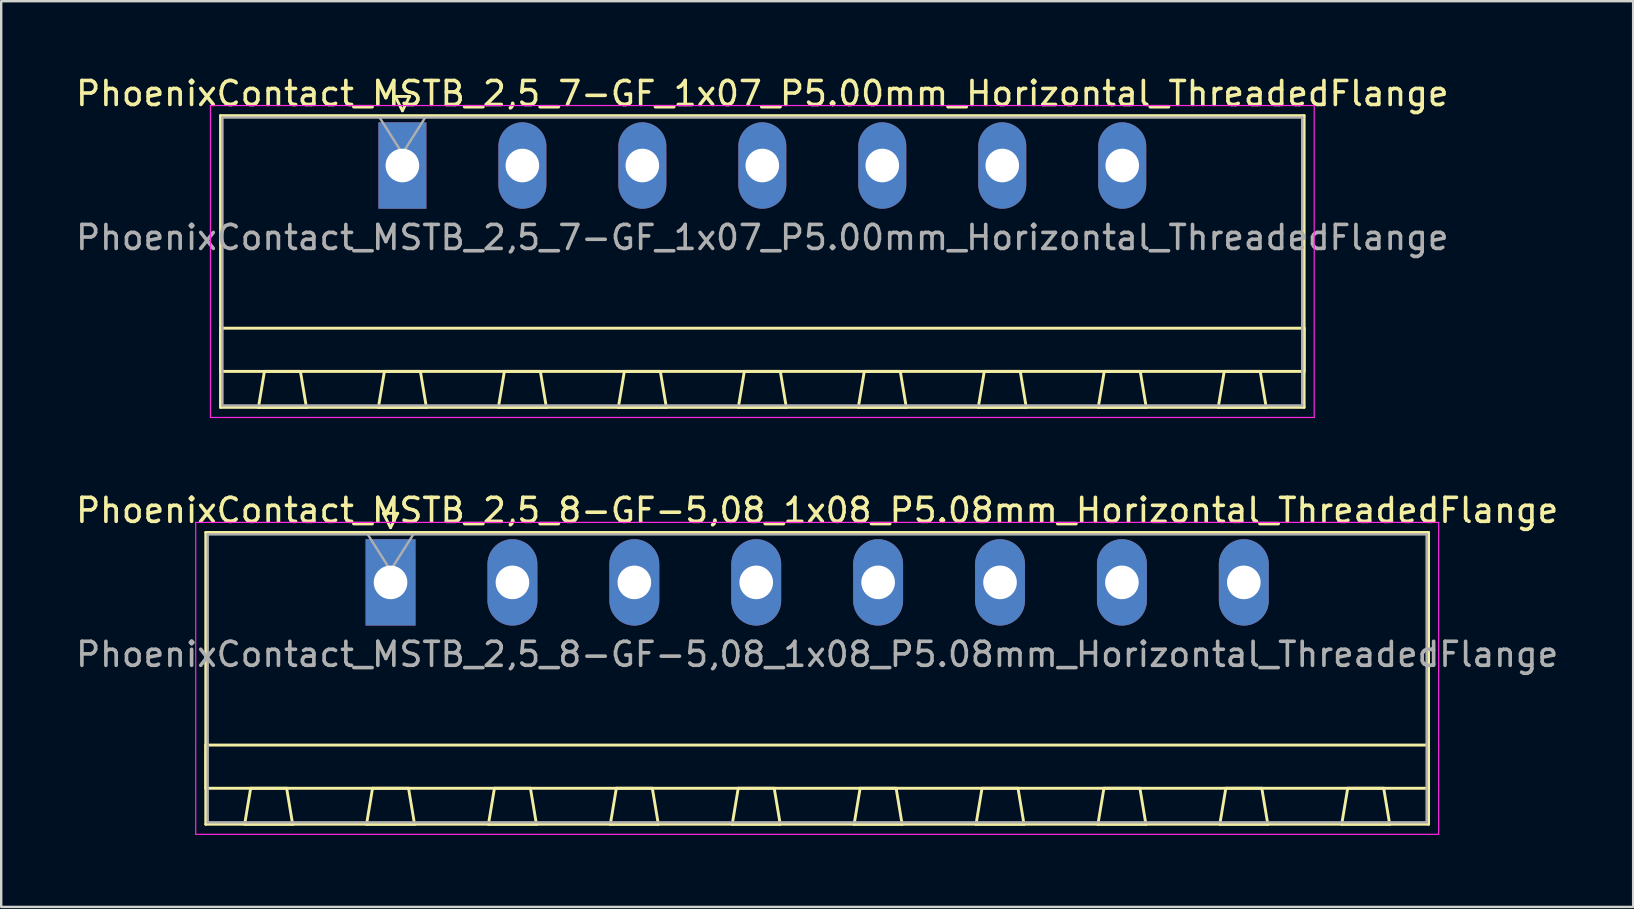
<source format=kicad_pcb>
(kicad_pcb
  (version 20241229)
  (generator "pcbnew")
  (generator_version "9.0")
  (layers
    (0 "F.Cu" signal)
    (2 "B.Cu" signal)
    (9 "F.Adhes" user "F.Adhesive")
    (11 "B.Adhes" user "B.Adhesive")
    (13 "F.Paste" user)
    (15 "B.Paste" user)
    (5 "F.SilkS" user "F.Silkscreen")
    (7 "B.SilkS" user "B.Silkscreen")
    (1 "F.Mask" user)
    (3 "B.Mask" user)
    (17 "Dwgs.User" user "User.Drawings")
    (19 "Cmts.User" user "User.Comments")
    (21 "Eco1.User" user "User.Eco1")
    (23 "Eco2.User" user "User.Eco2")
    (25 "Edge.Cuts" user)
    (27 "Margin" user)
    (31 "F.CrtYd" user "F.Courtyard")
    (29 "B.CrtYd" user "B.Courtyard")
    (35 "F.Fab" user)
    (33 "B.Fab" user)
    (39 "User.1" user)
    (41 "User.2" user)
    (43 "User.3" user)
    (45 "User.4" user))
  (footprint "PhoenixContact_MSTB_2,5_7-GF_1x07_P5.00mm_Horizontal_ThreadedFlange"
    (layer "F.Cu")
    (at 13.72 3.848)
    (property "Reference" "PhoenixContact_MSTB_2,5_7-GF_1x07_P5.00mm_Horizontal_ThreadedFlange" (at 15 -3 0) (layer "F.SilkS") (effects (font (size 1 1) (thickness 0.15))))
    (attr through_hole)
    (fp_line (start -7.58 -2.08) (end -7.58 10.08) (stroke (width 0.12) (type solid)) (layer "F.SilkS"))
    (fp_line (start -7.58 6.78) (end 37.58 6.78) (stroke (width 0.12) (type solid)) (layer "F.SilkS"))
    (fp_line (start -7.58 8.58) (end -7.58 6.78) (stroke (width 0.12) (type solid)) (layer "F.SilkS"))
    (fp_line (start -7.58 10.08) (end 37.58 10.08) (stroke (width 0.12) (type solid)) (layer "F.SilkS"))
    (fp_line (start -6 10.08) (end -4 10.08) (stroke (width 0.12) (type solid)) (layer "F.SilkS"))
    (fp_line (start -5.75 8.58) (end -6 10.08) (stroke (width 0.12) (type solid)) (layer "F.SilkS"))
    (fp_line (start -4.25 8.58) (end -5.75 8.58) (stroke (width 0.12) (type solid)) (layer "F.SilkS"))
    (fp_line (start -4 10.08) (end -4.25 8.58) (stroke (width 0.12) (type solid)) (layer "F.SilkS"))
    (fp_line (start -1 10.08) (end 1 10.08) (stroke (width 0.12) (type solid)) (layer "F.SilkS"))
    (fp_line (start -0.75 8.58) (end -1 10.08) (stroke (width 0.12) (type solid)) (layer "F.SilkS"))
    (fp_line (start -0.3 -2.88) (end 0.3 -2.88) (stroke (width 0.12) (type solid)) (layer "F.SilkS"))
    (fp_line (start 0 -2.28) (end -0.3 -2.88) (stroke (width 0.12) (type solid)) (layer "F.SilkS"))
    (fp_line (start 0.3 -2.88) (end 0 -2.28) (stroke (width 0.12) (type solid)) (layer "F.SilkS"))
    (fp_line (start 0.75 8.58) (end -0.75 8.58) (stroke (width 0.12) (type solid)) (layer "F.SilkS"))
    (fp_line (start 1 10.08) (end 0.75 8.58) (stroke (width 0.12) (type solid)) (layer "F.SilkS"))
    (fp_line (start 4 10.08) (end 6 10.08) (stroke (width 0.12) (type solid)) (layer "F.SilkS"))
    (fp_line (start 4.25 8.58) (end 4 10.08) (stroke (width 0.12) (type solid)) (layer "F.SilkS"))
    (fp_line (start 5.75 8.58) (end 4.25 8.58) (stroke (width 0.12) (type solid)) (layer "F.SilkS"))
    (fp_line (start 6 10.08) (end 5.75 8.58) (stroke (width 0.12) (type solid)) (layer "F.SilkS"))
    (fp_line (start 9 10.08) (end 11 10.08) (stroke (width 0.12) (type solid)) (layer "F.SilkS"))
    (fp_line (start 9.25 8.58) (end 9 10.08) (stroke (width 0.12) (type solid)) (layer "F.SilkS"))
    (fp_line (start 10.75 8.58) (end 9.25 8.58) (stroke (width 0.12) (type solid)) (layer "F.SilkS"))
    (fp_line (start 11 10.08) (end 10.75 8.58) (stroke (width 0.12) (type solid)) (layer "F.SilkS"))
    (fp_line (start 14 10.08) (end 16 10.08) (stroke (width 0.12) (type solid)) (layer "F.SilkS"))
    (fp_line (start 14.25 8.58) (end 14 10.08) (stroke (width 0.12) (type solid)) (layer "F.SilkS"))
    (fp_line (start 15.75 8.58) (end 14.25 8.58) (stroke (width 0.12) (type solid)) (layer "F.SilkS"))
    (fp_line (start 16 10.08) (end 15.75 8.58) (stroke (width 0.12) (type solid)) (layer "F.SilkS"))
    (fp_line (start 19 10.08) (end 21 10.08) (stroke (width 0.12) (type solid)) (layer "F.SilkS"))
    (fp_line (start 19.25 8.58) (end 19 10.08) (stroke (width 0.12) (type solid)) (layer "F.SilkS"))
    (fp_line (start 20.75 8.58) (end 19.25 8.58) (stroke (width 0.12) (type solid)) (layer "F.SilkS"))
    (fp_line (start 21 10.08) (end 20.75 8.58) (stroke (width 0.12) (type solid)) (layer "F.SilkS"))
    (fp_line (start 24 10.08) (end 26 10.08) (stroke (width 0.12) (type solid)) (layer "F.SilkS"))
    (fp_line (start 24.25 8.58) (end 24 10.08) (stroke (width 0.12) (type solid)) (layer "F.SilkS"))
    (fp_line (start 25.75 8.58) (end 24.25 8.58) (stroke (width 0.12) (type solid)) (layer "F.SilkS"))
    (fp_line (start 26 10.08) (end 25.75 8.58) (stroke (width 0.12) (type solid)) (layer "F.SilkS"))
    (fp_line (start 29 10.08) (end 31 10.08) (stroke (width 0.12) (type solid)) (layer "F.SilkS"))
    (fp_line (start 29.25 8.58) (end 29 10.08) (stroke (width 0.12) (type solid)) (layer "F.SilkS"))
    (fp_line (start 30.75 8.58) (end 29.25 8.58) (stroke (width 0.12) (type solid)) (layer "F.SilkS"))
    (fp_line (start 31 10.08) (end 30.75 8.58) (stroke (width 0.12) (type solid)) (layer "F.SilkS"))
    (fp_line (start 34 10.08) (end 36 10.08) (stroke (width 0.12) (type solid)) (layer "F.SilkS"))
    (fp_line (start 34.25 8.58) (end 34 10.08) (stroke (width 0.12) (type solid)) (layer "F.SilkS"))
    (fp_line (start 35.75 8.58) (end 34.25 8.58) (stroke (width 0.12) (type solid)) (layer "F.SilkS"))
    (fp_line (start 36 10.08) (end 35.75 8.58) (stroke (width 0.12) (type solid)) (layer "F.SilkS"))
    (fp_line (start 37.58 -2.08) (end -7.58 -2.08) (stroke (width 0.12) (type solid)) (layer "F.SilkS"))
    (fp_line (start 37.58 6.78) (end 37.58 8.58) (stroke (width 0.12) (type solid)) (layer "F.SilkS"))
    (fp_line (start 37.58 8.58) (end -7.58 8.58) (stroke (width 0.12) (type solid)) (layer "F.SilkS"))
    (fp_line (start 37.58 10.08) (end 37.58 -2.08) (stroke (width 0.12) (type solid)) (layer "F.SilkS"))
    (fp_line (start -8 -2.5) (end -8 10.5) (stroke (width 0.05) (type solid)) (layer "F.CrtYd"))
    (fp_line (start -8 10.5) (end 38 10.5) (stroke (width 0.05) (type solid)) (layer "F.CrtYd"))
    (fp_line (start 38 -2.5) (end -8 -2.5) (stroke (width 0.05) (type solid)) (layer "F.CrtYd"))
    (fp_line (start 38 10.5) (end 38 -2.5) (stroke (width 0.05) (type solid)) (layer "F.CrtYd"))
    (fp_line (start -7.5 -2) (end -7.5 10) (stroke (width 0.1) (type solid)) (layer "F.Fab"))
    (fp_line (start -7.5 10) (end 37.5 10) (stroke (width 0.1) (type solid)) (layer "F.Fab"))
    (fp_line (start 0 -0.5) (end -0.95 -2) (stroke (width 0.1) (type solid)) (layer "F.Fab"))
    (fp_line (start 0.95 -2) (end 0 -0.5) (stroke (width 0.1) (type solid)) (layer "F.Fab"))
    (fp_line (start 37.5 -2) (end -7.5 -2) (stroke (width 0.1) (type solid)) (layer "F.Fab"))
    (fp_line (start 37.5 10) (end 37.5 -2) (stroke (width 0.1) (type solid)) (layer "F.Fab"))
    (fp_text user "${REFERENCE}" (at 15 3 0) (layer "F.Fab") (effects (font (size 1 1) (thickness 0.15))))
    (pad "1" thru_hole rect (at 0 0) (size 2 3.6) (drill 1.4) (layers "*.Cu" "*.Mask"))
    (pad "2" thru_hole oval (at 5 0) (size 2 3.6) (drill 1.4) (layers "*.Cu" "*.Mask"))
    (pad "3" thru_hole oval (at 10 0) (size 2 3.6) (drill 1.4) (layers "*.Cu" "*.Mask"))
    (pad "4" thru_hole oval (at 15 0) (size 2 3.6) (drill 1.4) (layers "*.Cu" "*.Mask"))
    (pad "5" thru_hole oval (at 20 0) (size 2 3.6) (drill 1.4) (layers "*.Cu" "*.Mask"))
    (pad "6" thru_hole oval (at 25 0) (size 2 3.6) (drill 1.4) (layers "*.Cu" "*.Mask"))
    (pad "7" thru_hole oval (at 30 0) (size 2 3.6) (drill 1.4) (layers "*.Cu" "*.Mask")))
  (footprint "PhoenixContact_MSTB_2,5_8-GF-5,08_1x08_P5.08mm_Horizontal_ThreadedFlange"
    (layer "F.Cu")
    (at 13.226 21.221)
    (property "Reference" "PhoenixContact_MSTB_2,5_8-GF-5,08_1x08_P5.08mm_Horizontal_ThreadedFlange" (at 17.78 -3 0) (layer "F.SilkS") (effects (font (size 1 1) (thickness 0.15))))
    (attr through_hole)
    (fp_line (start -7.7 -2.08) (end -7.7 10.08) (stroke (width 0.12) (type solid)) (layer "F.SilkS"))
    (fp_line (start -7.7 6.78) (end 43.26 6.78) (stroke (width 0.12) (type solid)) (layer "F.SilkS"))
    (fp_line (start -7.7 8.58) (end -7.7 6.78) (stroke (width 0.12) (type solid)) (layer "F.SilkS"))
    (fp_line (start -7.7 10.08) (end 43.26 10.08) (stroke (width 0.12) (type solid)) (layer "F.SilkS"))
    (fp_line (start -6.08 10.08) (end -4.08 10.08) (stroke (width 0.12) (type solid)) (layer "F.SilkS"))
    (fp_line (start -5.83 8.58) (end -6.08 10.08) (stroke (width 0.12) (type solid)) (layer "F.SilkS"))
    (fp_line (start -4.33 8.58) (end -5.83 8.58) (stroke (width 0.12) (type solid)) (layer "F.SilkS"))
    (fp_line (start -4.08 10.08) (end -4.33 8.58) (stroke (width 0.12) (type solid)) (layer "F.SilkS"))
    (fp_line (start -1 10.08) (end 1 10.08) (stroke (width 0.12) (type solid)) (layer "F.SilkS"))
    (fp_line (start -0.75 8.58) (end -1 10.08) (stroke (width 0.12) (type solid)) (layer "F.SilkS"))
    (fp_line (start -0.3 -2.88) (end 0.3 -2.88) (stroke (width 0.12) (type solid)) (layer "F.SilkS"))
    (fp_line (start 0 -2.28) (end -0.3 -2.88) (stroke (width 0.12) (type solid)) (layer "F.SilkS"))
    (fp_line (start 0.3 -2.88) (end 0 -2.28) (stroke (width 0.12) (type solid)) (layer "F.SilkS"))
    (fp_line (start 0.75 8.58) (end -0.75 8.58) (stroke (width 0.12) (type solid)) (layer "F.SilkS"))
    (fp_line (start 1 10.08) (end 0.75 8.58) (stroke (width 0.12) (type solid)) (layer "F.SilkS"))
    (fp_line (start 4.08 10.08) (end 6.08 10.08) (stroke (width 0.12) (type solid)) (layer "F.SilkS"))
    (fp_line (start 4.33 8.58) (end 4.08 10.08) (stroke (width 0.12) (type solid)) (layer "F.SilkS"))
    (fp_line (start 5.83 8.58) (end 4.33 8.58) (stroke (width 0.12) (type solid)) (layer "F.SilkS"))
    (fp_line (start 6.08 10.08) (end 5.83 8.58) (stroke (width 0.12) (type solid)) (layer "F.SilkS"))
    (fp_line (start 9.16 10.08) (end 11.16 10.08) (stroke (width 0.12) (type solid)) (layer "F.SilkS"))
    (fp_line (start 9.41 8.58) (end 9.16 10.08) (stroke (width 0.12) (type solid)) (layer "F.SilkS"))
    (fp_line (start 10.91 8.58) (end 9.41 8.58) (stroke (width 0.12) (type solid)) (layer "F.SilkS"))
    (fp_line (start 11.16 10.08) (end 10.91 8.58) (stroke (width 0.12) (type solid)) (layer "F.SilkS"))
    (fp_line (start 14.24 10.08) (end 16.24 10.08) (stroke (width 0.12) (type solid)) (layer "F.SilkS"))
    (fp_line (start 14.49 8.58) (end 14.24 10.08) (stroke (width 0.12) (type solid)) (layer "F.SilkS"))
    (fp_line (start 15.99 8.58) (end 14.49 8.58) (stroke (width 0.12) (type solid)) (layer "F.SilkS"))
    (fp_line (start 16.24 10.08) (end 15.99 8.58) (stroke (width 0.12) (type solid)) (layer "F.SilkS"))
    (fp_line (start 19.32 10.08) (end 21.32 10.08) (stroke (width 0.12) (type solid)) (layer "F.SilkS"))
    (fp_line (start 19.57 8.58) (end 19.32 10.08) (stroke (width 0.12) (type solid)) (layer "F.SilkS"))
    (fp_line (start 21.07 8.58) (end 19.57 8.58) (stroke (width 0.12) (type solid)) (layer "F.SilkS"))
    (fp_line (start 21.32 10.08) (end 21.07 8.58) (stroke (width 0.12) (type solid)) (layer "F.SilkS"))
    (fp_line (start 24.4 10.08) (end 26.4 10.08) (stroke (width 0.12) (type solid)) (layer "F.SilkS"))
    (fp_line (start 24.65 8.58) (end 24.4 10.08) (stroke (width 0.12) (type solid)) (layer "F.SilkS"))
    (fp_line (start 26.15 8.58) (end 24.65 8.58) (stroke (width 0.12) (type solid)) (layer "F.SilkS"))
    (fp_line (start 26.4 10.08) (end 26.15 8.58) (stroke (width 0.12) (type solid)) (layer "F.SilkS"))
    (fp_line (start 29.48 10.08) (end 31.48 10.08) (stroke (width 0.12) (type solid)) (layer "F.SilkS"))
    (fp_line (start 29.73 8.58) (end 29.48 10.08) (stroke (width 0.12) (type solid)) (layer "F.SilkS"))
    (fp_line (start 31.23 8.58) (end 29.73 8.58) (stroke (width 0.12) (type solid)) (layer "F.SilkS"))
    (fp_line (start 31.48 10.08) (end 31.23 8.58) (stroke (width 0.12) (type solid)) (layer "F.SilkS"))
    (fp_line (start 34.56 10.08) (end 36.56 10.08) (stroke (width 0.12) (type solid)) (layer "F.SilkS"))
    (fp_line (start 34.81 8.58) (end 34.56 10.08) (stroke (width 0.12) (type solid)) (layer "F.SilkS"))
    (fp_line (start 36.31 8.58) (end 34.81 8.58) (stroke (width 0.12) (type solid)) (layer "F.SilkS"))
    (fp_line (start 36.56 10.08) (end 36.31 8.58) (stroke (width 0.12) (type solid)) (layer "F.SilkS"))
    (fp_line (start 39.64 10.08) (end 41.64 10.08) (stroke (width 0.12) (type solid)) (layer "F.SilkS"))
    (fp_line (start 39.89 8.58) (end 39.64 10.08) (stroke (width 0.12) (type solid)) (layer "F.SilkS"))
    (fp_line (start 41.39 8.58) (end 39.89 8.58) (stroke (width 0.12) (type solid)) (layer "F.SilkS"))
    (fp_line (start 41.64 10.08) (end 41.39 8.58) (stroke (width 0.12) (type solid)) (layer "F.SilkS"))
    (fp_line (start 43.26 -2.08) (end -7.7 -2.08) (stroke (width 0.12) (type solid)) (layer "F.SilkS"))
    (fp_line (start 43.26 6.78) (end 43.26 8.58) (stroke (width 0.12) (type solid)) (layer "F.SilkS"))
    (fp_line (start 43.26 8.58) (end -7.7 8.58) (stroke (width 0.12) (type solid)) (layer "F.SilkS"))
    (fp_line (start 43.26 10.08) (end 43.26 -2.08) (stroke (width 0.12) (type solid)) (layer "F.SilkS"))
    (fp_line (start -8.12 -2.5) (end -8.12 10.5) (stroke (width 0.05) (type solid)) (layer "F.CrtYd"))
    (fp_line (start -8.12 10.5) (end 43.68 10.5) (stroke (width 0.05) (type solid)) (layer "F.CrtYd"))
    (fp_line (start 43.68 -2.5) (end -8.12 -2.5) (stroke (width 0.05) (type solid)) (layer "F.CrtYd"))
    (fp_line (start 43.68 10.5) (end 43.68 -2.5) (stroke (width 0.05) (type solid)) (layer "F.CrtYd"))
    (fp_line (start -7.62 -2) (end -7.62 10) (stroke (width 0.1) (type solid)) (layer "F.Fab"))
    (fp_line (start -7.62 10) (end 43.18 10) (stroke (width 0.1) (type solid)) (layer "F.Fab"))
    (fp_line (start 0 -0.5) (end -0.95 -2) (stroke (width 0.1) (type solid)) (layer "F.Fab"))
    (fp_line (start 0.95 -2) (end 0 -0.5) (stroke (width 0.1) (type solid)) (layer "F.Fab"))
    (fp_line (start 43.18 -2) (end -7.62 -2) (stroke (width 0.1) (type solid)) (layer "F.Fab"))
    (fp_line (start 43.18 10) (end 43.18 -2) (stroke (width 0.1) (type solid)) (layer "F.Fab"))
    (fp_text user "${REFERENCE}" (at 17.78 3 0) (layer "F.Fab") (effects (font (size 1 1) (thickness 0.15))))
    (pad "1" thru_hole rect (at 0 0) (size 2.08 3.6) (drill 1.4) (layers "*.Cu" "*.Mask"))
    (pad "2" thru_hole oval (at 5.08 0) (size 2.08 3.6) (drill 1.4) (layers "*.Cu" "*.Mask"))
    (pad "3" thru_hole oval (at 10.16 0) (size 2.08 3.6) (drill 1.4) (layers "*.Cu" "*.Mask"))
    (pad "4" thru_hole oval (at 15.24 0) (size 2.08 3.6) (drill 1.4) (layers "*.Cu" "*.Mask"))
    (pad "5" thru_hole oval (at 20.32 0) (size 2.08 3.6) (drill 1.4) (layers "*.Cu" "*.Mask"))
    (pad "6" thru_hole oval (at 25.4 0) (size 2.08 3.6) (drill 1.4) (layers "*.Cu" "*.Mask"))
    (pad "7" thru_hole oval (at 30.48 0) (size 2.08 3.6) (drill 1.4) (layers "*.Cu" "*.Mask"))
    (pad "8" thru_hole oval (at 35.56 0) (size 2.08 3.6) (drill 1.4) (layers "*.Cu" "*.Mask")))
  (gr_rect
    (start -3 -3)
    (end 65.012 34.746)
    (stroke (width 0.1) (type default))
    (fill no)
    (layer "Edge.Cuts")))
</source>
